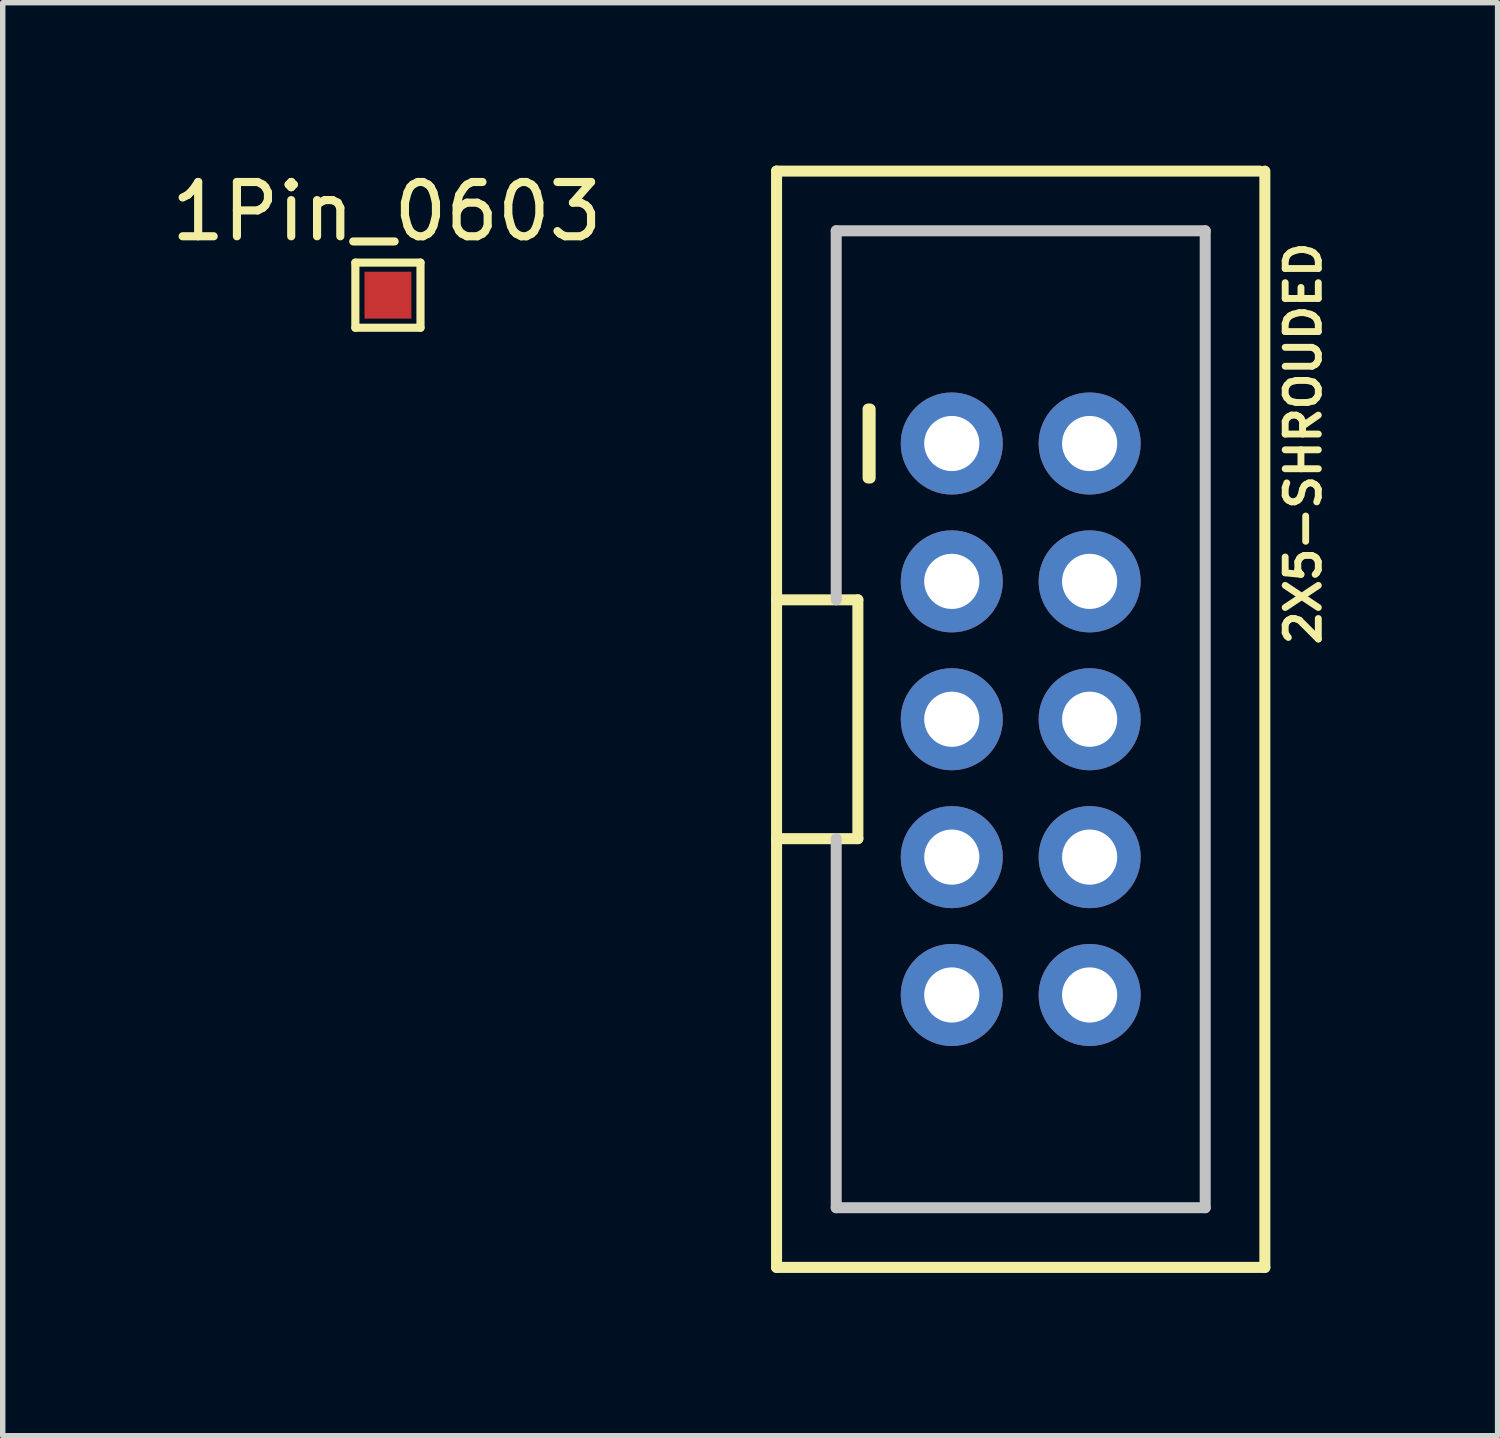
<source format=kicad_pcb>
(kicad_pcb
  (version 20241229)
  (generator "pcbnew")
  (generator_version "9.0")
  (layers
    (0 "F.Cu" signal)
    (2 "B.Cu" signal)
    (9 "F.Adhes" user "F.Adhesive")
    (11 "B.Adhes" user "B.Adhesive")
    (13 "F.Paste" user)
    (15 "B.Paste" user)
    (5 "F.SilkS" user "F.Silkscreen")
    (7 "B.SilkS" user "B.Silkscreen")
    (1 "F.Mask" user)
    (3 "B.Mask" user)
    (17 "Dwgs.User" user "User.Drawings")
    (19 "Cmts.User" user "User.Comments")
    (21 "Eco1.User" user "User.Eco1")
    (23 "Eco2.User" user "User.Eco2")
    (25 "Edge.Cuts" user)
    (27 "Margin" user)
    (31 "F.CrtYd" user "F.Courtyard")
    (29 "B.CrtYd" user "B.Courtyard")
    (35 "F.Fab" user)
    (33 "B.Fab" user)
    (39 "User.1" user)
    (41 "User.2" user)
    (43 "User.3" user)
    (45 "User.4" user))
  (footprint "2X5-SHROUDED"
    (layer "F.Cu")
    (at 15.755 10.201)
    (property "Reference" "2X5-SHROUDED" (at 5.207 -5.08 90) (layer "F.SilkS") (effects (font (size 0.61 0.61) (thickness 0.127))))
    (attr through_hole)
    (fp_line (start -4.498 -10.099) (end 4.399 -10.099) (stroke (width 0.203) (type solid)) (layer "F.SilkS"))
    (fp_line (start -4.498 -2.2) (end -4.498 -10.099) (stroke (width 0.203) (type solid)) (layer "F.SilkS"))
    (fp_line (start -4.498 -2.2) (end -3 -2.2) (stroke (width 0.203) (type solid)) (layer "F.SilkS"))
    (fp_line (start -4.498 2.2) (end -4.498 -2.2) (stroke (width 0.203) (type solid)) (layer "F.SilkS"))
    (fp_line (start -4.498 10.099) (end -4.498 2.2) (stroke (width 0.203) (type solid)) (layer "F.SilkS"))
    (fp_line (start -3 -2.2) (end -3 2.2) (stroke (width 0.203) (type solid)) (layer "F.SilkS"))
    (fp_line (start -3 2.2) (end -4.498 2.2) (stroke (width 0.203) (type solid)) (layer "F.SilkS"))
    (fp_line (start -2.812 -5.715) (end -2.812 -4.445) (stroke (width 0.203) (type solid)) (layer "F.SilkS"))
    (fp_line (start -2.774 -5.715) (end -2.774 -4.445) (stroke (width 0.203) (type solid)) (layer "F.SilkS"))
    (fp_line (start 4.498 -10.099) (end 4.498 10.099) (stroke (width 0.203) (type solid)) (layer "F.SilkS"))
    (fp_line (start 4.498 10.099) (end -4.498 10.099) (stroke (width 0.203) (type solid)) (layer "F.SilkS"))
    (fp_line (start -3.399 -8.999) (end -3.399 -2.2) (stroke (width 0.203) (type solid)) (layer "Dwgs.User"))
    (fp_line (start -3.399 -8.999) (end 3.399 -8.999) (stroke (width 0.203) (type solid)) (layer "Dwgs.User"))
    (fp_line (start -3.399 8.999) (end -3.399 2.2) (stroke (width 0.203) (type solid)) (layer "Dwgs.User"))
    (fp_line (start -3.399 8.999) (end 3.399 8.999) (stroke (width 0.203) (type solid)) (layer "Dwgs.User"))
    (fp_line (start -1.524 -5.334) (end -1.016 -5.334) (stroke (width 0.066) (type solid)) (layer "Dwgs.User"))
    (fp_line (start -1.524 -4.826) (end -1.524 -5.334) (stroke (width 0.066) (type solid)) (layer "Dwgs.User"))
    (fp_line (start -1.524 -4.826) (end -1.016 -4.826) (stroke (width 0.066) (type solid)) (layer "Dwgs.User"))
    (fp_line (start -1.524 -2.794) (end -1.016 -2.794) (stroke (width 0.066) (type solid)) (layer "Dwgs.User"))
    (fp_line (start -1.524 -2.286) (end -1.524 -2.794) (stroke (width 0.066) (type solid)) (layer "Dwgs.User"))
    (fp_line (start -1.524 -2.286) (end -1.016 -2.286) (stroke (width 0.066) (type solid)) (layer "Dwgs.User"))
    (fp_line (start -1.524 -0.254) (end -1.016 -0.254) (stroke (width 0.066) (type solid)) (layer "Dwgs.User"))
    (fp_line (start -1.524 0.254) (end -1.524 -0.254) (stroke (width 0.066) (type solid)) (layer "Dwgs.User"))
    (fp_line (start -1.524 0.254) (end -1.016 0.254) (stroke (width 0.066) (type solid)) (layer "Dwgs.User"))
    (fp_line (start -1.524 2.286) (end -1.016 2.286) (stroke (width 0.066) (type solid)) (layer "Dwgs.User"))
    (fp_line (start -1.524 2.286) (end -1.016 2.286) (stroke (width 0.066) (type solid)) (layer "Dwgs.User"))
    (fp_line (start -1.524 2.794) (end -1.524 2.286) (stroke (width 0.066) (type solid)) (layer "Dwgs.User"))
    (fp_line (start -1.524 2.794) (end -1.524 2.286) (stroke (width 0.066) (type solid)) (layer "Dwgs.User"))
    (fp_line (start -1.524 2.794) (end -1.016 2.794) (stroke (width 0.066) (type solid)) (layer "Dwgs.User"))
    (fp_line (start -1.524 2.794) (end -1.016 2.794) (stroke (width 0.066) (type solid)) (layer "Dwgs.User"))
    (fp_line (start -1.524 4.826) (end -1.016 4.826) (stroke (width 0.066) (type solid)) (layer "Dwgs.User"))
    (fp_line (start -1.524 5.334) (end -1.524 4.826) (stroke (width 0.066) (type solid)) (layer "Dwgs.User"))
    (fp_line (start -1.524 5.334) (end -1.016 5.334) (stroke (width 0.066) (type solid)) (layer "Dwgs.User"))
    (fp_line (start -1.016 -4.826) (end -1.016 -5.334) (stroke (width 0.066) (type solid)) (layer "Dwgs.User"))
    (fp_line (start -1.016 -2.286) (end -1.016 -2.794) (stroke (width 0.066) (type solid)) (layer "Dwgs.User"))
    (fp_line (start -1.016 0.254) (end -1.016 -0.254) (stroke (width 0.066) (type solid)) (layer "Dwgs.User"))
    (fp_line (start -1.016 2.794) (end -1.016 2.286) (stroke (width 0.066) (type solid)) (layer "Dwgs.User"))
    (fp_line (start -1.016 2.794) (end -1.016 2.286) (stroke (width 0.066) (type solid)) (layer "Dwgs.User"))
    (fp_line (start -1.016 5.334) (end -1.016 4.826) (stroke (width 0.066) (type solid)) (layer "Dwgs.User"))
    (fp_line (start 1.016 -5.334) (end 1.524 -5.334) (stroke (width 0.066) (type solid)) (layer "Dwgs.User"))
    (fp_line (start 1.016 -4.826) (end 1.016 -5.334) (stroke (width 0.066) (type solid)) (layer "Dwgs.User"))
    (fp_line (start 1.016 -4.826) (end 1.524 -4.826) (stroke (width 0.066) (type solid)) (layer "Dwgs.User"))
    (fp_line (start 1.016 -2.794) (end 1.524 -2.794) (stroke (width 0.066) (type solid)) (layer "Dwgs.User"))
    (fp_line (start 1.016 -2.286) (end 1.016 -2.794) (stroke (width 0.066) (type solid)) (layer "Dwgs.User"))
    (fp_line (start 1.016 -2.286) (end 1.524 -2.286) (stroke (width 0.066) (type solid)) (layer "Dwgs.User"))
    (fp_line (start 1.016 -0.254) (end 1.524 -0.254) (stroke (width 0.066) (type solid)) (layer "Dwgs.User"))
    (fp_line (start 1.016 0.254) (end 1.016 -0.254) (stroke (width 0.066) (type solid)) (layer "Dwgs.User"))
    (fp_line (start 1.016 0.254) (end 1.524 0.254) (stroke (width 0.066) (type solid)) (layer "Dwgs.User"))
    (fp_line (start 1.016 2.286) (end 1.524 2.286) (stroke (width 0.066) (type solid)) (layer "Dwgs.User"))
    (fp_line (start 1.016 2.286) (end 1.524 2.286) (stroke (width 0.066) (type solid)) (layer "Dwgs.User"))
    (fp_line (start 1.016 2.794) (end 1.016 2.286) (stroke (width 0.066) (type solid)) (layer "Dwgs.User"))
    (fp_line (start 1.016 2.794) (end 1.016 2.286) (stroke (width 0.066) (type solid)) (layer "Dwgs.User"))
    (fp_line (start 1.016 2.794) (end 1.524 2.794) (stroke (width 0.066) (type solid)) (layer "Dwgs.User"))
    (fp_line (start 1.016 2.794) (end 1.524 2.794) (stroke (width 0.066) (type solid)) (layer "Dwgs.User"))
    (fp_line (start 1.016 4.826) (end 1.524 4.826) (stroke (width 0.066) (type solid)) (layer "Dwgs.User"))
    (fp_line (start 1.016 5.334) (end 1.016 4.826) (stroke (width 0.066) (type solid)) (layer "Dwgs.User"))
    (fp_line (start 1.016 5.334) (end 1.524 5.334) (stroke (width 0.066) (type solid)) (layer "Dwgs.User"))
    (fp_line (start 1.524 -4.826) (end 1.524 -5.334) (stroke (width 0.066) (type solid)) (layer "Dwgs.User"))
    (fp_line (start 1.524 -2.286) (end 1.524 -2.794) (stroke (width 0.066) (type solid)) (layer "Dwgs.User"))
    (fp_line (start 1.524 0.254) (end 1.524 -0.254) (stroke (width 0.066) (type solid)) (layer "Dwgs.User"))
    (fp_line (start 1.524 2.794) (end 1.524 2.286) (stroke (width 0.066) (type solid)) (layer "Dwgs.User"))
    (fp_line (start 1.524 2.794) (end 1.524 2.286) (stroke (width 0.066) (type solid)) (layer "Dwgs.User"))
    (fp_line (start 1.524 5.334) (end 1.524 4.826) (stroke (width 0.066) (type solid)) (layer "Dwgs.User"))
    (fp_line (start 3.399 -8.999) (end 3.399 8.999) (stroke (width 0.203) (type solid)) (layer "Dwgs.User"))
    (pad "1" thru_hole circle (at -1.27 -5.08) (size 1.88 1.88) (drill 1.016) (layers "*.Cu" "*.Mask"))
    (pad "2" thru_hole circle (at 1.27 -5.08) (size 1.88 1.88) (drill 1.016) (layers "*.Cu" "*.Mask"))
    (pad "3" thru_hole circle (at -1.27 -2.54) (size 1.88 1.88) (drill 1.016) (layers "*.Cu" "*.Mask"))
    (pad "4" thru_hole circle (at 1.27 -2.54) (size 1.88 1.88) (drill 1.016) (layers "*.Cu" "*.Mask"))
    (pad "5" thru_hole circle (at -1.27 0) (size 1.88 1.88) (drill 1.016) (layers "*.Cu" "*.Mask"))
    (pad "6" thru_hole circle (at 1.27 0) (size 1.88 1.88) (drill 1.016) (layers "*.Cu" "*.Mask"))
    (pad "7" thru_hole circle (at -1.27 2.54) (size 1.88 1.88) (drill 1.016) (layers "*.Cu" "*.Mask"))
    (pad "8" thru_hole circle (at 1.27 2.54) (size 1.88 1.88) (drill 1.016) (layers "*.Cu" "*.Mask"))
    (pad "9" thru_hole circle (at -1.27 5.08) (size 1.88 1.88) (drill 1.016) (layers "*.Cu" "*.Mask"))
    (pad "10" thru_hole circle (at 1.27 5.08) (size 1.88 1.88) (drill 1.016) (layers "*.Cu" "*.Mask")))
  (footprint "1Pin_0603"
    (layer "F.Cu")
    (at 4.097 2.388)
    (property "Reference" "1Pin_0603" (at -0.02 -1.54 0) (layer "F.SilkS") (effects (font (size 1 1) (thickness 0.15))))
    (attr exclude_from_pos_files exclude_from_bom)
    (fp_line (start -0.6 -0.6) (end 0.6 -0.6) (stroke (width 0.15) (type solid)) (layer "F.SilkS"))
    (fp_line (start -0.6 0.6) (end -0.6 -0.6) (stroke (width 0.15) (type solid)) (layer "F.SilkS"))
    (fp_line (start 0.6 -0.6) (end 0.6 0.6) (stroke (width 0.15) (type solid)) (layer "F.SilkS"))
    (fp_line (start 0.6 0.6) (end -0.6 0.6) (stroke (width 0.15) (type solid)) (layer "F.SilkS"))
    (pad "1" smd rect (at 0 0) (size 0.864 0.864) (layers "F.Cu" "F.Mask" "F.Paste")))
  (gr_rect
    (start -3 -3)
    (end 24.541 23.401)
    (stroke (width 0.1) (type default))
    (fill no)
    (layer "Edge.Cuts")))
</source>
